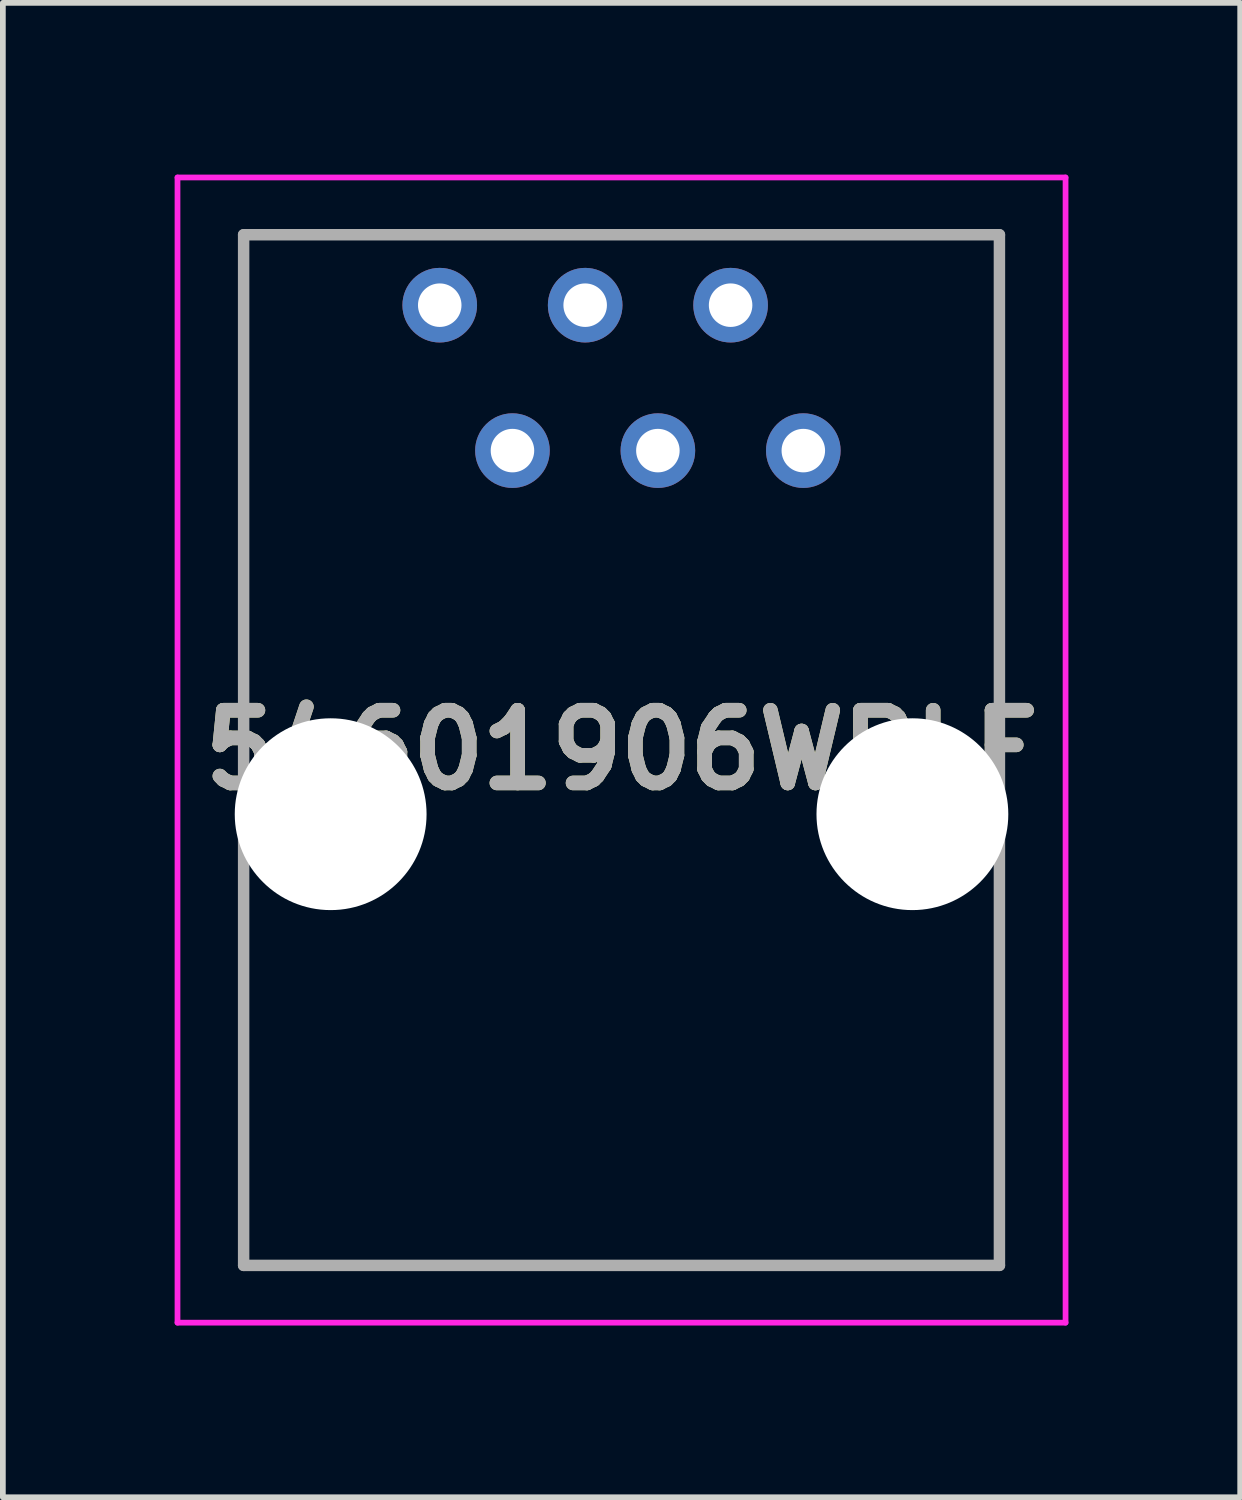
<source format=kicad_pcb>
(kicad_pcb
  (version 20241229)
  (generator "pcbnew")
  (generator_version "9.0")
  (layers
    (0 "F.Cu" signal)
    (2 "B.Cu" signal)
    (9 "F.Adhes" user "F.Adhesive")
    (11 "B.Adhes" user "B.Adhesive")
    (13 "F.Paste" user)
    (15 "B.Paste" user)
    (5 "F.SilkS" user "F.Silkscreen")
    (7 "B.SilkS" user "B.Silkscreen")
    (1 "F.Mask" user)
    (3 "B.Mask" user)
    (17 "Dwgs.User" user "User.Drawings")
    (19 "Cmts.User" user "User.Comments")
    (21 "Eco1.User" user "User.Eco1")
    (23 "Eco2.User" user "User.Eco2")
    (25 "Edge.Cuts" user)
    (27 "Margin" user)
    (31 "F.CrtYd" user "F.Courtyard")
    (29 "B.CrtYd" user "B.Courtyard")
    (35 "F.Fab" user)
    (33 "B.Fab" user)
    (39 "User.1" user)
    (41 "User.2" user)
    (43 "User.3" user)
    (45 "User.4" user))
  (footprint "54601906WPLF"
    (layer "F.Cu")
    (at 4.63 2.28)
    (property "Reference" "54601906WPLF" (at 3.175 7.77 0) (layer "F.SilkS") (effects (font (size 1.27 1.27) (thickness 0.254))))
    (attr through_hole)
    (fp_line (start -3.425 -1.23) (end 9.775 -1.23) (stroke (width 0.1) (type solid)) (layer "F.SilkS"))
    (fp_line (start -3.425 6.89) (end -3.425 -1.23) (stroke (width 0.1) (type solid)) (layer "F.SilkS"))
    (fp_line (start -3.425 10.89) (end -3.425 16.77) (stroke (width 0.1) (type solid)) (layer "F.SilkS"))
    (fp_line (start -3.425 16.77) (end 9.775 16.77) (stroke (width 0.1) (type solid)) (layer "F.SilkS"))
    (fp_line (start 9.775 -1.23) (end 9.775 6.89) (stroke (width 0.1) (type solid)) (layer "F.SilkS"))
    (fp_line (start 9.775 16.77) (end 9.775 10.89) (stroke (width 0.1) (type solid)) (layer "F.SilkS"))
    (fp_line (start -4.58 -2.23) (end 10.93 -2.23) (stroke (width 0.1) (type solid)) (layer "F.CrtYd"))
    (fp_line (start -4.58 17.77) (end -4.58 -2.23) (stroke (width 0.1) (type solid)) (layer "F.CrtYd"))
    (fp_line (start 10.93 -2.23) (end 10.93 17.77) (stroke (width 0.1) (type solid)) (layer "F.CrtYd"))
    (fp_line (start 10.93 17.77) (end -4.58 17.77) (stroke (width 0.1) (type solid)) (layer "F.CrtYd"))
    (fp_line (start -3.425 -1.23) (end 9.775 -1.23) (stroke (width 0.2) (type solid)) (layer "F.Fab"))
    (fp_line (start -3.425 16.77) (end -3.425 -1.23) (stroke (width 0.2) (type solid)) (layer "F.Fab"))
    (fp_line (start 9.775 -1.23) (end 9.775 16.77) (stroke (width 0.2) (type solid)) (layer "F.Fab"))
    (fp_line (start 9.775 16.77) (end -3.425 16.77) (stroke (width 0.2) (type solid)) (layer "F.Fab"))
    (fp_text user "${REFERENCE}" (at 3.175 7.77 0) (layer "F.Fab") (effects (font (size 1.27 1.27) (thickness 0.254))))
    (pad "" np_thru_hole circle (at -1.905 8.89) (size 3.35 3.35) (drill 3.35) (layers "*.Cu" "*.Mask"))
    (pad "" np_thru_hole circle (at 8.255 8.89) (size 3.35 3.35) (drill 3.35) (layers "*.Cu" "*.Mask"))
    (pad "1" thru_hole circle (at 0 0) (size 1.303 1.303) (drill 0.76) (layers "*.Cu" "*.Mask"))
    (pad "2" thru_hole circle (at 1.27 2.54) (size 1.303 1.303) (drill 0.76) (layers "*.Cu" "*.Mask"))
    (pad "3" thru_hole circle (at 2.54 0) (size 1.303 1.303) (drill 0.76) (layers "*.Cu" "*.Mask"))
    (pad "4" thru_hole circle (at 3.81 2.54) (size 1.303 1.303) (drill 0.76) (layers "*.Cu" "*.Mask"))
    (pad "5" thru_hole circle (at 5.08 0) (size 1.303 1.303) (drill 0.76) (layers "*.Cu" "*.Mask"))
    (pad "6" thru_hole circle (at 6.35 2.54) (size 1.303 1.303) (drill 0.76) (layers "*.Cu" "*.Mask")))
  (gr_rect
    (start -3 -3)
    (end 18.61 23.1)
    (stroke (width 0.1) (type default))
    (fill no)
    (layer "Edge.Cuts")))
</source>
